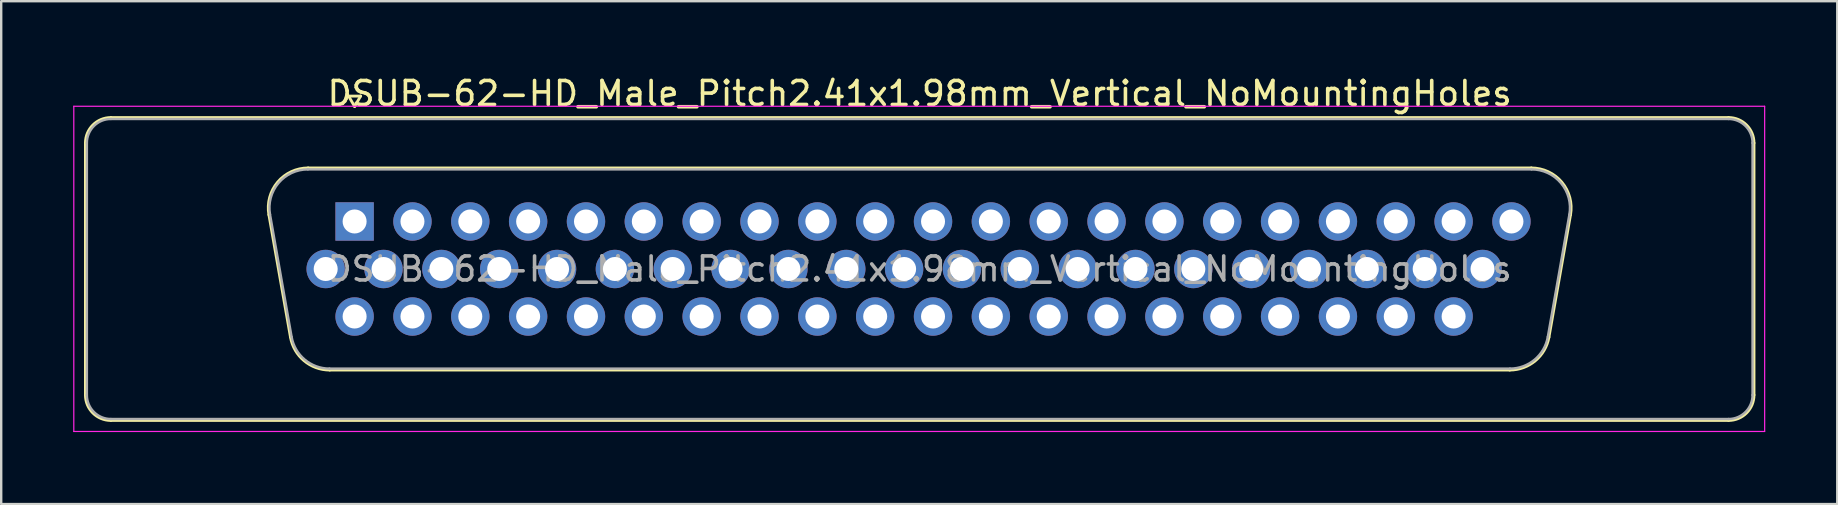
<source format=kicad_pcb>
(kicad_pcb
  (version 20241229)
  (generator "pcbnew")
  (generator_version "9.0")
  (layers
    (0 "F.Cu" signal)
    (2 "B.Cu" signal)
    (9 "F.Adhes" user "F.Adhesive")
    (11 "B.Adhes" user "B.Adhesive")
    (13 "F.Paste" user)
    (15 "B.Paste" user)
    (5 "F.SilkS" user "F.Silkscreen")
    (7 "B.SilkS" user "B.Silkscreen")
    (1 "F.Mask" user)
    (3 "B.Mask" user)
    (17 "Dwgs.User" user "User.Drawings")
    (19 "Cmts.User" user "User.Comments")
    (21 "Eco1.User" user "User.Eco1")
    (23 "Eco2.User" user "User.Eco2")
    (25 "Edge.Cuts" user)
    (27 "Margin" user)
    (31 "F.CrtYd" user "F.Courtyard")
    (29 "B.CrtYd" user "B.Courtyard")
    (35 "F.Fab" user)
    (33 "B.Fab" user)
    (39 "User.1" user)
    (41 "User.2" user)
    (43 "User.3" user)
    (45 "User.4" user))
  (footprint "DSUB-62-HD_Male_Pitch2.41x1.98mm_Vertical_NoMountingHoles"
    (layer "F.Cu")
    (at 11.725 6.178)
    (property "Reference" "DSUB-62-HD_Male_Pitch2.41x1.98mm_Vertical_NoMountingHoles" (at 23.545 -5.33 0) (layer "F.SilkS") (effects (font (size 1 1) (thickness 0.15))))
    (attr through_hole)
    (fp_line (start -11.215 7.23) (end -11.215 -3.27) (stroke (width 0.12) (type solid)) (layer "F.SilkS"))
    (fp_line (start -10.155 -4.33) (end 57.245 -4.33) (stroke (width 0.12) (type solid)) (layer "F.SilkS"))
    (fp_line (start -3.571 -0.282) (end -2.672 4.818) (stroke (width 0.12) (type solid)) (layer "F.SilkS"))
    (fp_line (start -1.937 -2.23) (end 49.027 -2.23) (stroke (width 0.12) (type solid)) (layer "F.SilkS"))
    (fp_line (start -1.037 6.19) (end 48.127 6.19) (stroke (width 0.12) (type solid)) (layer "F.SilkS"))
    (fp_line (start -0.25 -5.224) (end 0.25 -5.224) (stroke (width 0.12) (type solid)) (layer "F.SilkS"))
    (fp_line (start 0 -4.791) (end -0.25 -5.224) (stroke (width 0.12) (type solid)) (layer "F.SilkS"))
    (fp_line (start 0.25 -5.224) (end 0 -4.791) (stroke (width 0.12) (type solid)) (layer "F.SilkS"))
    (fp_line (start 50.661 -0.282) (end 49.762 4.818) (stroke (width 0.12) (type solid)) (layer "F.SilkS"))
    (fp_line (start 57.245 8.29) (end -10.155 8.29) (stroke (width 0.12) (type solid)) (layer "F.SilkS"))
    (fp_line (start 58.305 -3.27) (end 58.305 7.23) (stroke (width 0.12) (type solid)) (layer "F.SilkS"))
    (fp_arc (start -11.215 -3.27) (mid -10.904533 -4.019533) (end -10.155 -4.33) (stroke (width 0.12) (type solid)) (layer "F.SilkS"))
    (fp_arc (start -10.155 8.29) (mid -10.904533 7.979533) (end -11.215 7.23) (stroke (width 0.12) (type solid)) (layer "F.SilkS"))
    (fp_arc (start -3.57147 -0.281744) (mid -3.208323 -1.637028) (end -1.936689 -2.23) (stroke (width 0.12) (type solid)) (layer "F.SilkS"))
    (fp_arc (start -1.037421 6.19) (mid -2.104448 5.801634) (end -2.672202 4.818256) (stroke (width 0.12) (type solid)) (layer "F.SilkS"))
    (fp_arc (start 49.026689 -2.23) (mid 50.298323 -1.637027) (end 50.66147 -0.281744) (stroke (width 0.12) (type solid)) (layer "F.SilkS"))
    (fp_arc (start 49.762202 4.818256) (mid 49.194449 5.801634) (end 48.127421 6.19) (stroke (width 0.12) (type solid)) (layer "F.SilkS"))
    (fp_arc (start 57.245 -4.33) (mid 57.994533 -4.019533) (end 58.305 -3.27) (stroke (width 0.12) (type solid)) (layer "F.SilkS"))
    (fp_arc (start 58.305 7.23) (mid 57.994533 7.979533) (end 57.245 8.29) (stroke (width 0.12) (type solid)) (layer "F.SilkS"))
    (fp_line (start -11.7 -4.8) (end -11.7 8.75) (stroke (width 0.05) (type solid)) (layer "F.CrtYd"))
    (fp_line (start -11.7 8.75) (end 58.75 8.75) (stroke (width 0.05) (type solid)) (layer "F.CrtYd"))
    (fp_line (start 58.75 -4.8) (end -11.7 -4.8) (stroke (width 0.05) (type solid)) (layer "F.CrtYd"))
    (fp_line (start 58.75 8.75) (end 58.75 -4.8) (stroke (width 0.05) (type solid)) (layer "F.CrtYd"))
    (fp_line (start -11.155 7.23) (end -11.155 -3.27) (stroke (width 0.1) (type solid)) (layer "F.Fab"))
    (fp_line (start -10.155 -4.27) (end 57.245 -4.27) (stroke (width 0.1) (type solid)) (layer "F.Fab"))
    (fp_line (start -3.524 -0.292) (end -2.625 4.808) (stroke (width 0.1) (type solid)) (layer "F.Fab"))
    (fp_line (start -1.948 -2.17) (end 49.038 -2.17) (stroke (width 0.1) (type solid)) (layer "F.Fab"))
    (fp_line (start -1.049 6.13) (end 48.139 6.13) (stroke (width 0.1) (type solid)) (layer "F.Fab"))
    (fp_line (start 50.614 -0.292) (end 49.715 4.808) (stroke (width 0.1) (type solid)) (layer "F.Fab"))
    (fp_line (start 57.245 8.23) (end -10.155 8.23) (stroke (width 0.1) (type solid)) (layer "F.Fab"))
    (fp_line (start 58.245 -3.27) (end 58.245 7.23) (stroke (width 0.1) (type solid)) (layer "F.Fab"))
    (fp_arc (start -11.155 -3.27) (mid -10.862107 -3.977107) (end -10.155 -4.27) (stroke (width 0.1) (type solid)) (layer "F.Fab"))
    (fp_arc (start -10.155 8.23) (mid -10.862107 7.937107) (end -11.155 7.23) (stroke (width 0.1) (type solid)) (layer "F.Fab"))
    (fp_arc (start -3.523886 -0.292163) (mid -3.173865 -1.59846) (end -1.948194 -2.17) (stroke (width 0.1) (type solid)) (layer "F.Fab"))
    (fp_arc (start -1.048927 6.13) (mid -2.077387 5.755671) (end -2.624619 4.807837) (stroke (width 0.1) (type solid)) (layer "F.Fab"))
    (fp_arc (start 49.038194 -2.17) (mid 50.263865 -1.59846) (end 50.613886 -0.292163) (stroke (width 0.1) (type solid)) (layer "F.Fab"))
    (fp_arc (start 49.714619 4.807837) (mid 49.167387 5.755671) (end 48.138927 6.13) (stroke (width 0.1) (type solid)) (layer "F.Fab"))
    (fp_arc (start 57.245 -4.27) (mid 57.952107 -3.977107) (end 58.245 -3.27) (stroke (width 0.1) (type solid)) (layer "F.Fab"))
    (fp_arc (start 58.245 7.23) (mid 57.952107 7.937107) (end 57.245 8.23) (stroke (width 0.1) (type solid)) (layer "F.Fab"))
    (fp_text user "${REFERENCE}" (at 23.545 1.98 0) (layer "F.Fab") (effects (font (size 1 1) (thickness 0.15))))
    (pad "1" thru_hole rect (at 0 0) (size 1.6 1.6) (drill 1) (layers "*.Cu" "*.Mask"))
    (pad "2" thru_hole circle (at 2.41 0) (size 1.6 1.6) (drill 1) (layers "*.Cu" "*.Mask"))
    (pad "3" thru_hole circle (at 4.82 0) (size 1.6 1.6) (drill 1) (layers "*.Cu" "*.Mask"))
    (pad "4" thru_hole circle (at 7.23 0) (size 1.6 1.6) (drill 1) (layers "*.Cu" "*.Mask"))
    (pad "5" thru_hole circle (at 9.64 0) (size 1.6 1.6) (drill 1) (layers "*.Cu" "*.Mask"))
    (pad "6" thru_hole circle (at 12.05 0) (size 1.6 1.6) (drill 1) (layers "*.Cu" "*.Mask"))
    (pad "7" thru_hole circle (at 14.46 0) (size 1.6 1.6) (drill 1) (layers "*.Cu" "*.Mask"))
    (pad "8" thru_hole circle (at 16.87 0) (size 1.6 1.6) (drill 1) (layers "*.Cu" "*.Mask"))
    (pad "9" thru_hole circle (at 19.28 0) (size 1.6 1.6) (drill 1) (layers "*.Cu" "*.Mask"))
    (pad "10" thru_hole circle (at 21.69 0) (size 1.6 1.6) (drill 1) (layers "*.Cu" "*.Mask"))
    (pad "11" thru_hole circle (at 24.1 0) (size 1.6 1.6) (drill 1) (layers "*.Cu" "*.Mask"))
    (pad "12" thru_hole circle (at 26.51 0) (size 1.6 1.6) (drill 1) (layers "*.Cu" "*.Mask"))
    (pad "13" thru_hole circle (at 28.92 0) (size 1.6 1.6) (drill 1) (layers "*.Cu" "*.Mask"))
    (pad "14" thru_hole circle (at 31.33 0) (size 1.6 1.6) (drill 1) (layers "*.Cu" "*.Mask"))
    (pad "15" thru_hole circle (at 33.74 0) (size 1.6 1.6) (drill 1) (layers "*.Cu" "*.Mask"))
    (pad "16" thru_hole circle (at 36.15 0) (size 1.6 1.6) (drill 1) (layers "*.Cu" "*.Mask"))
    (pad "17" thru_hole circle (at 38.56 0) (size 1.6 1.6) (drill 1) (layers "*.Cu" "*.Mask"))
    (pad "18" thru_hole circle (at 40.97 0) (size 1.6 1.6) (drill 1) (layers "*.Cu" "*.Mask"))
    (pad "19" thru_hole circle (at 43.38 0) (size 1.6 1.6) (drill 1) (layers "*.Cu" "*.Mask"))
    (pad "20" thru_hole circle (at 45.79 0) (size 1.6 1.6) (drill 1) (layers "*.Cu" "*.Mask"))
    (pad "21" thru_hole circle (at 48.2 0) (size 1.6 1.6) (drill 1) (layers "*.Cu" "*.Mask"))
    (pad "22" thru_hole circle (at -1.205 1.98) (size 1.6 1.6) (drill 1) (layers "*.Cu" "*.Mask"))
    (pad "23" thru_hole circle (at 1.205 1.98) (size 1.6 1.6) (drill 1) (layers "*.Cu" "*.Mask"))
    (pad "24" thru_hole circle (at 3.615 1.98) (size 1.6 1.6) (drill 1) (layers "*.Cu" "*.Mask"))
    (pad "25" thru_hole circle (at 6.025 1.98) (size 1.6 1.6) (drill 1) (layers "*.Cu" "*.Mask"))
    (pad "26" thru_hole circle (at 8.435 1.98) (size 1.6 1.6) (drill 1) (layers "*.Cu" "*.Mask"))
    (pad "27" thru_hole circle (at 10.845 1.98) (size 1.6 1.6) (drill 1) (layers "*.Cu" "*.Mask"))
    (pad "28" thru_hole circle (at 13.255 1.98) (size 1.6 1.6) (drill 1) (layers "*.Cu" "*.Mask"))
    (pad "29" thru_hole circle (at 15.665 1.98) (size 1.6 1.6) (drill 1) (layers "*.Cu" "*.Mask"))
    (pad "30" thru_hole circle (at 18.075 1.98) (size 1.6 1.6) (drill 1) (layers "*.Cu" "*.Mask"))
    (pad "31" thru_hole circle (at 20.485 1.98) (size 1.6 1.6) (drill 1) (layers "*.Cu" "*.Mask"))
    (pad "32" thru_hole circle (at 22.895 1.98) (size 1.6 1.6) (drill 1) (layers "*.Cu" "*.Mask"))
    (pad "33" thru_hole circle (at 25.305 1.98) (size 1.6 1.6) (drill 1) (layers "*.Cu" "*.Mask"))
    (pad "34" thru_hole circle (at 27.715 1.98) (size 1.6 1.6) (drill 1) (layers "*.Cu" "*.Mask"))
    (pad "35" thru_hole circle (at 30.125 1.98) (size 1.6 1.6) (drill 1) (layers "*.Cu" "*.Mask"))
    (pad "36" thru_hole circle (at 32.535 1.98) (size 1.6 1.6) (drill 1) (layers "*.Cu" "*.Mask"))
    (pad "37" thru_hole circle (at 34.945 1.98) (size 1.6 1.6) (drill 1) (layers "*.Cu" "*.Mask"))
    (pad "38" thru_hole circle (at 37.355 1.98) (size 1.6 1.6) (drill 1) (layers "*.Cu" "*.Mask"))
    (pad "39" thru_hole circle (at 39.765 1.98) (size 1.6 1.6) (drill 1) (layers "*.Cu" "*.Mask"))
    (pad "40" thru_hole circle (at 42.175 1.98) (size 1.6 1.6) (drill 1) (layers "*.Cu" "*.Mask"))
    (pad "41" thru_hole circle (at 44.585 1.98) (size 1.6 1.6) (drill 1) (layers "*.Cu" "*.Mask"))
    (pad "42" thru_hole circle (at 46.995 1.98) (size 1.6 1.6) (drill 1) (layers "*.Cu" "*.Mask"))
    (pad "43" thru_hole circle (at 0 3.96) (size 1.6 1.6) (drill 1) (layers "*.Cu" "*.Mask"))
    (pad "44" thru_hole circle (at 2.41 3.96) (size 1.6 1.6) (drill 1) (layers "*.Cu" "*.Mask"))
    (pad "45" thru_hole circle (at 4.82 3.96) (size 1.6 1.6) (drill 1) (layers "*.Cu" "*.Mask"))
    (pad "46" thru_hole circle (at 7.23 3.96) (size 1.6 1.6) (drill 1) (layers "*.Cu" "*.Mask"))
    (pad "47" thru_hole circle (at 9.64 3.96) (size 1.6 1.6) (drill 1) (layers "*.Cu" "*.Mask"))
    (pad "48" thru_hole circle (at 12.05 3.96) (size 1.6 1.6) (drill 1) (layers "*.Cu" "*.Mask"))
    (pad "49" thru_hole circle (at 14.46 3.96) (size 1.6 1.6) (drill 1) (layers "*.Cu" "*.Mask"))
    (pad "50" thru_hole circle (at 16.87 3.96) (size 1.6 1.6) (drill 1) (layers "*.Cu" "*.Mask"))
    (pad "51" thru_hole circle (at 19.28 3.96) (size 1.6 1.6) (drill 1) (layers "*.Cu" "*.Mask"))
    (pad "52" thru_hole circle (at 21.69 3.96) (size 1.6 1.6) (drill 1) (layers "*.Cu" "*.Mask"))
    (pad "53" thru_hole circle (at 24.1 3.96) (size 1.6 1.6) (drill 1) (layers "*.Cu" "*.Mask"))
    (pad "54" thru_hole circle (at 26.51 3.96) (size 1.6 1.6) (drill 1) (layers "*.Cu" "*.Mask"))
    (pad "55" thru_hole circle (at 28.92 3.96) (size 1.6 1.6) (drill 1) (layers "*.Cu" "*.Mask"))
    (pad "56" thru_hole circle (at 31.33 3.96) (size 1.6 1.6) (drill 1) (layers "*.Cu" "*.Mask"))
    (pad "57" thru_hole circle (at 33.74 3.96) (size 1.6 1.6) (drill 1) (layers "*.Cu" "*.Mask"))
    (pad "58" thru_hole circle (at 36.15 3.96) (size 1.6 1.6) (drill 1) (layers "*.Cu" "*.Mask"))
    (pad "59" thru_hole circle (at 38.56 3.96) (size 1.6 1.6) (drill 1) (layers "*.Cu" "*.Mask"))
    (pad "60" thru_hole circle (at 40.97 3.96) (size 1.6 1.6) (drill 1) (layers "*.Cu" "*.Mask"))
    (pad "61" thru_hole circle (at 43.38 3.96) (size 1.6 1.6) (drill 1) (layers "*.Cu" "*.Mask"))
    (pad "62" thru_hole circle (at 45.79 3.96) (size 1.6 1.6) (drill 1) (layers "*.Cu" "*.Mask")))
  (gr_rect
    (start -3 -3)
    (end 73.5 17.953)
    (stroke (width 0.1) (type default))
    (fill no)
    (layer "Edge.Cuts")))
</source>
